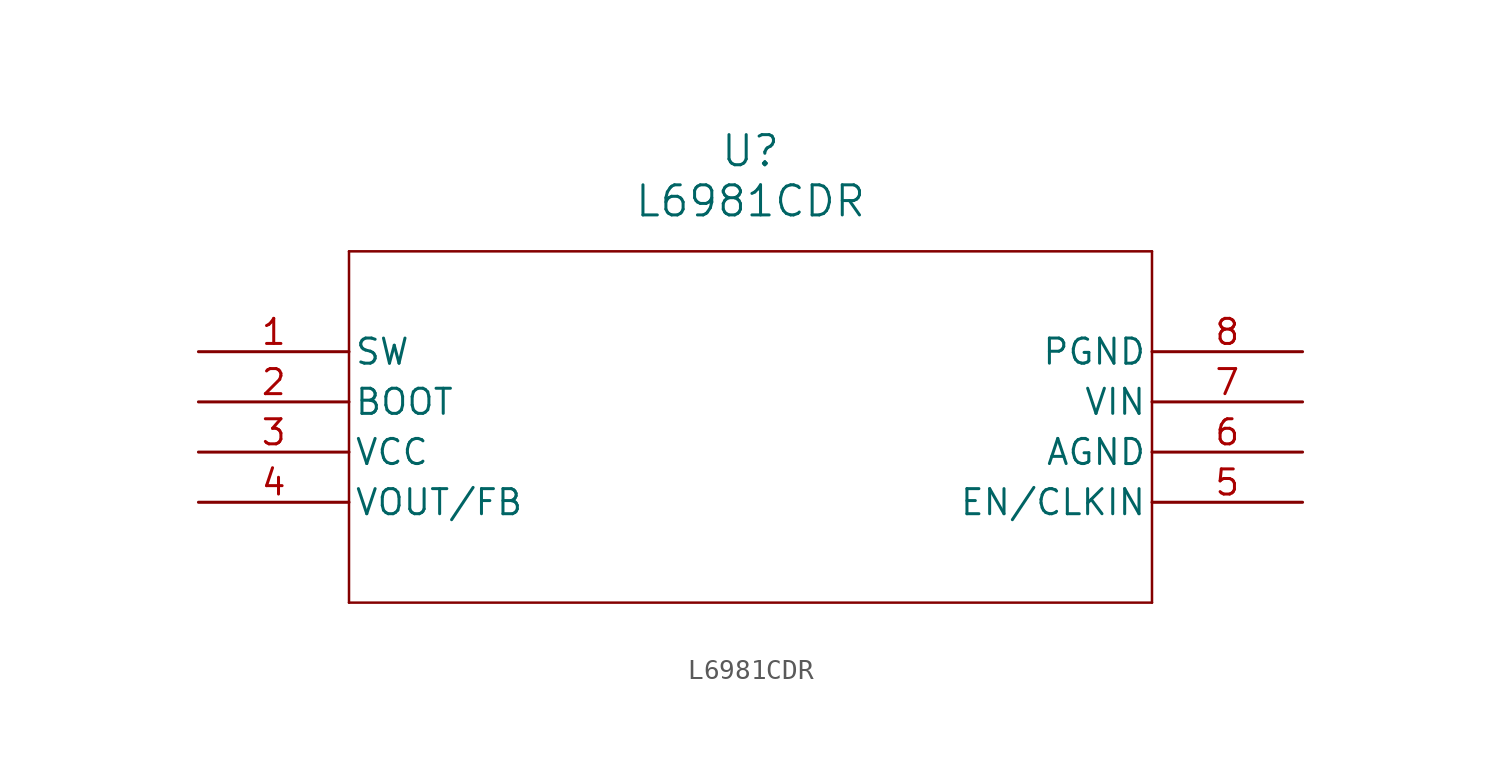
<source format=kicad_sym>
(kicad_symbol_lib
  (version 20211014)
  (generator kicad_symbol_editor)
  (symbol "L6981CDR"
    (pin_names
      (offset 0.254))
    (property "Reference" "U"
      (at 27.94 10.16 0)
      (effects (font (size 1.524 1.524))))
    (property "Value" "L6981CDR"
      (at 27.94 7.62 0)
      (effects (font (size 1.524 1.524))))
    (symbol "L6981CDR_0_1"
      (polyline (pts (xy 7.62 5.08) (xy 7.62 -12.7)) (stroke (width 0.127) (type default) (color 0 0 0 0)) (fill (type none)))
      (polyline (pts (xy 7.62 -12.7) (xy 48.26 -12.7)) (stroke (width 0.127) (type default) (color 0 0 0 0)) (fill (type none)))
      (polyline (pts (xy 48.26 -12.7) (xy 48.26 5.08)) (stroke (width 0.127) (type default) (color 0 0 0 0)) (fill (type none)))
      (polyline (pts (xy 48.26 5.08) (xy 7.62 5.08)) (stroke (width 0.127) (type default) (color 0 0 0 0)) (fill (type none)))
      (pin unspecified line (at 0 0 0) (length 7.62) (name "SW" (effects (font (size 1.27 1.27)))) (number "1" (effects (font (size 1.27 1.27)))))
      (pin unspecified line (at 0 -2.54 0) (length 7.62) (name "BOOT" (effects (font (size 1.27 1.27)))) (number "2" (effects (font (size 1.27 1.27)))))
      (pin power_in line (at 0 -5.08 0) (length 7.62) (name "VCC" (effects (font (size 1.27 1.27)))) (number "3" (effects (font (size 1.27 1.27)))))
      (pin output line (at 0 -7.62 0) (length 7.62) (name "VOUT/FB" (effects (font (size 1.27 1.27)))) (number "4" (effects (font (size 1.27 1.27)))))
      (pin unspecified line (at 55.88 -7.62 180) (length 7.62) (name "EN/CLKIN" (effects (font (size 1.27 1.27)))) (number "5" (effects (font (size 1.27 1.27)))))
      (pin power_out line (at 55.88 -5.08 180) (length 7.62) (name "AGND" (effects (font (size 1.27 1.27)))) (number "6" (effects (font (size 1.27 1.27)))))
      (pin power_in line (at 55.88 -2.54 180) (length 7.62) (name "VIN" (effects (font (size 1.27 1.27)))) (number "7" (effects (font (size 1.27 1.27)))))
      (pin power_out line (at 55.88 0 180) (length 7.62) (name "PGND" (effects (font (size 1.27 1.27)))) (number "8" (effects (font (size 1.27 1.27))))))))
</source>
